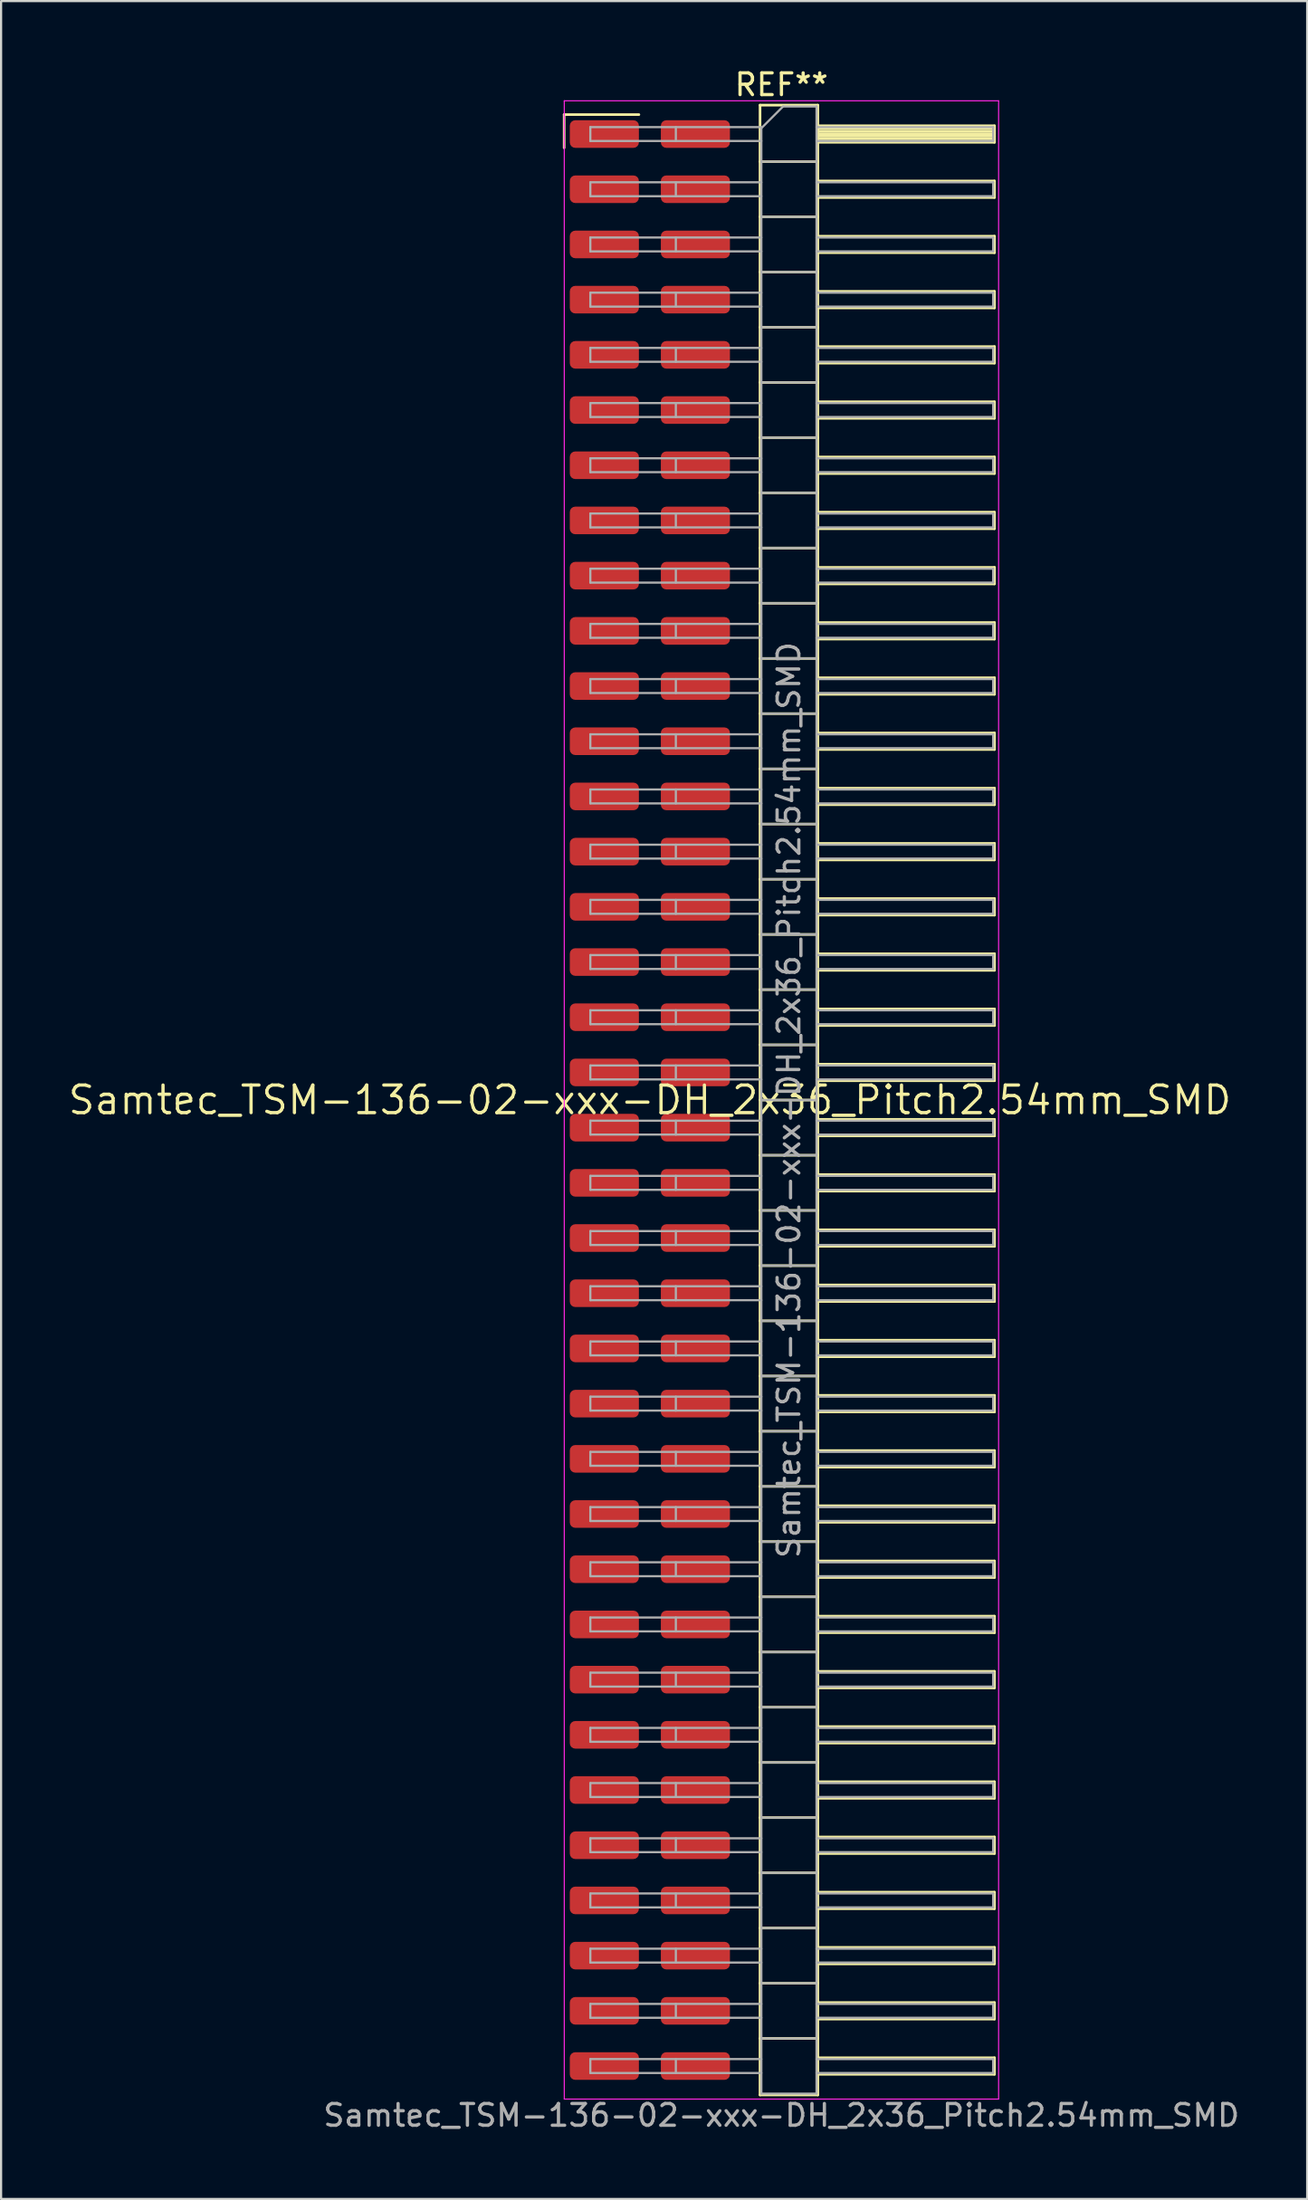
<source format=kicad_pcb>
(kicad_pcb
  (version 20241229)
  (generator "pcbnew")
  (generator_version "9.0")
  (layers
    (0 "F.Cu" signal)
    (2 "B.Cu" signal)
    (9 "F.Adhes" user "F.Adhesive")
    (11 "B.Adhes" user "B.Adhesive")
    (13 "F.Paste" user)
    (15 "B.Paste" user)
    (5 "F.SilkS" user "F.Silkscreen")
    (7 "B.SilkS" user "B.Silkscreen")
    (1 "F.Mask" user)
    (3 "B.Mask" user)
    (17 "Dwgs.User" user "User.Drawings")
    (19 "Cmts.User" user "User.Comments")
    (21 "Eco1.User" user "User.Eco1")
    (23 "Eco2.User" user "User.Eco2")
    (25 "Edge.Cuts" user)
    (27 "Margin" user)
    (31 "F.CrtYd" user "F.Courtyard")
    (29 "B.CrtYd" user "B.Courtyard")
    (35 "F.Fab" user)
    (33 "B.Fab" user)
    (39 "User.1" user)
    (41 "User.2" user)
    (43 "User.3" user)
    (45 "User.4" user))
  (footprint "Samtec_TSM-136-02-xxx-DH_2x36_Pitch2.54mm_SMD"
    (layer "F.Cu")
    (at 26.859 47.568)
    (property "Reference" "Samtec_TSM-136-02-xxx-DH_2x36_Pitch2.54mm_SMD" (at 0 0 0) (layer "F.SilkS") (effects (font (size 1.27 1.27) (thickness 0.15))))
    (attr smd)
    (fp_line (start -3.945 -45.345) (end -0.505 -45.345) (stroke (width 0.12) (type solid)) (layer "F.SilkS"))
    (fp_line (start -3.945 -43.815) (end -3.945 -45.345) (stroke (width 0.12) (type solid)) (layer "F.SilkS"))
    (fp_line (start 5.07 -45.78) (end 7.73 -45.78) (stroke (width 0.12) (type solid)) (layer "F.SilkS"))
    (fp_line (start 5.07 -43.18) (end 7.73 -43.18) (stroke (width 0.12) (type solid)) (layer "F.SilkS"))
    (fp_line (start 5.07 -40.64) (end 7.73 -40.64) (stroke (width 0.12) (type solid)) (layer "F.SilkS"))
    (fp_line (start 5.07 -38.1) (end 7.73 -38.1) (stroke (width 0.12) (type solid)) (layer "F.SilkS"))
    (fp_line (start 5.07 -35.56) (end 7.73 -35.56) (stroke (width 0.12) (type solid)) (layer "F.SilkS"))
    (fp_line (start 5.07 -33.02) (end 7.73 -33.02) (stroke (width 0.12) (type solid)) (layer "F.SilkS"))
    (fp_line (start 5.07 -30.48) (end 7.73 -30.48) (stroke (width 0.12) (type solid)) (layer "F.SilkS"))
    (fp_line (start 5.07 -27.94) (end 7.73 -27.94) (stroke (width 0.12) (type solid)) (layer "F.SilkS"))
    (fp_line (start 5.07 -25.4) (end 7.73 -25.4) (stroke (width 0.12) (type solid)) (layer "F.SilkS"))
    (fp_line (start 5.07 -22.86) (end 7.73 -22.86) (stroke (width 0.12) (type solid)) (layer "F.SilkS"))
    (fp_line (start 5.07 -20.32) (end 7.73 -20.32) (stroke (width 0.12) (type solid)) (layer "F.SilkS"))
    (fp_line (start 5.07 -17.78) (end 7.73 -17.78) (stroke (width 0.12) (type solid)) (layer "F.SilkS"))
    (fp_line (start 5.07 -15.24) (end 7.73 -15.24) (stroke (width 0.12) (type solid)) (layer "F.SilkS"))
    (fp_line (start 5.07 -12.7) (end 7.73 -12.7) (stroke (width 0.12) (type solid)) (layer "F.SilkS"))
    (fp_line (start 5.07 -10.16) (end 7.73 -10.16) (stroke (width 0.12) (type solid)) (layer "F.SilkS"))
    (fp_line (start 5.07 -7.62) (end 7.73 -7.62) (stroke (width 0.12) (type solid)) (layer "F.SilkS"))
    (fp_line (start 5.07 -5.08) (end 7.73 -5.08) (stroke (width 0.12) (type solid)) (layer "F.SilkS"))
    (fp_line (start 5.07 -2.54) (end 7.73 -2.54) (stroke (width 0.12) (type solid)) (layer "F.SilkS"))
    (fp_line (start 5.07 0) (end 7.73 0) (stroke (width 0.12) (type solid)) (layer "F.SilkS"))
    (fp_line (start 5.07 2.54) (end 7.73 2.54) (stroke (width 0.12) (type solid)) (layer "F.SilkS"))
    (fp_line (start 5.07 5.08) (end 7.73 5.08) (stroke (width 0.12) (type solid)) (layer "F.SilkS"))
    (fp_line (start 5.07 7.62) (end 7.73 7.62) (stroke (width 0.12) (type solid)) (layer "F.SilkS"))
    (fp_line (start 5.07 10.16) (end 7.73 10.16) (stroke (width 0.12) (type solid)) (layer "F.SilkS"))
    (fp_line (start 5.07 12.7) (end 7.73 12.7) (stroke (width 0.12) (type solid)) (layer "F.SilkS"))
    (fp_line (start 5.07 15.24) (end 7.73 15.24) (stroke (width 0.12) (type solid)) (layer "F.SilkS"))
    (fp_line (start 5.07 17.78) (end 7.73 17.78) (stroke (width 0.12) (type solid)) (layer "F.SilkS"))
    (fp_line (start 5.07 20.32) (end 7.73 20.32) (stroke (width 0.12) (type solid)) (layer "F.SilkS"))
    (fp_line (start 5.07 22.86) (end 7.73 22.86) (stroke (width 0.12) (type solid)) (layer "F.SilkS"))
    (fp_line (start 5.07 25.4) (end 7.73 25.4) (stroke (width 0.12) (type solid)) (layer "F.SilkS"))
    (fp_line (start 5.07 27.94) (end 7.73 27.94) (stroke (width 0.12) (type solid)) (layer "F.SilkS"))
    (fp_line (start 5.07 30.48) (end 7.73 30.48) (stroke (width 0.12) (type solid)) (layer "F.SilkS"))
    (fp_line (start 5.07 33.02) (end 7.73 33.02) (stroke (width 0.12) (type solid)) (layer "F.SilkS"))
    (fp_line (start 5.07 35.56) (end 7.73 35.56) (stroke (width 0.12) (type solid)) (layer "F.SilkS"))
    (fp_line (start 5.07 38.1) (end 7.73 38.1) (stroke (width 0.12) (type solid)) (layer "F.SilkS"))
    (fp_line (start 5.07 40.64) (end 7.73 40.64) (stroke (width 0.12) (type solid)) (layer "F.SilkS"))
    (fp_line (start 5.07 43.18) (end 7.73 43.18) (stroke (width 0.12) (type solid)) (layer "F.SilkS"))
    (fp_line (start 5.07 45.78) (end 5.07 -45.78) (stroke (width 0.12) (type solid)) (layer "F.SilkS"))
    (fp_line (start 7.73 -45.78) (end 7.73 45.78) (stroke (width 0.12) (type solid)) (layer "F.SilkS"))
    (fp_line (start 7.73 -44.83) (end 15.86 -44.83) (stroke (width 0.12) (type solid)) (layer "F.SilkS"))
    (fp_line (start 7.73 -44.71) (end 15.86 -44.71) (stroke (width 0.12) (type solid)) (layer "F.SilkS"))
    (fp_line (start 7.73 -44.59) (end 15.86 -44.59) (stroke (width 0.12) (type solid)) (layer "F.SilkS"))
    (fp_line (start 7.73 -44.47) (end 15.86 -44.47) (stroke (width 0.12) (type solid)) (layer "F.SilkS"))
    (fp_line (start 7.73 -44.35) (end 15.86 -44.35) (stroke (width 0.12) (type solid)) (layer "F.SilkS"))
    (fp_line (start 7.73 -44.23) (end 15.86 -44.23) (stroke (width 0.12) (type solid)) (layer "F.SilkS"))
    (fp_line (start 7.73 -44.11) (end 15.86 -44.11) (stroke (width 0.12) (type solid)) (layer "F.SilkS"))
    (fp_line (start 7.73 -44.07) (end 15.86 -44.07) (stroke (width 0.12) (type solid)) (layer "F.SilkS"))
    (fp_line (start 7.73 -42.29) (end 15.86 -42.29) (stroke (width 0.12) (type solid)) (layer "F.SilkS"))
    (fp_line (start 7.73 -41.53) (end 15.86 -41.53) (stroke (width 0.12) (type solid)) (layer "F.SilkS"))
    (fp_line (start 7.73 -39.75) (end 15.86 -39.75) (stroke (width 0.12) (type solid)) (layer "F.SilkS"))
    (fp_line (start 7.73 -38.99) (end 15.86 -38.99) (stroke (width 0.12) (type solid)) (layer "F.SilkS"))
    (fp_line (start 7.73 -37.21) (end 15.86 -37.21) (stroke (width 0.12) (type solid)) (layer "F.SilkS"))
    (fp_line (start 7.73 -36.45) (end 15.86 -36.45) (stroke (width 0.12) (type solid)) (layer "F.SilkS"))
    (fp_line (start 7.73 -34.67) (end 15.86 -34.67) (stroke (width 0.12) (type solid)) (layer "F.SilkS"))
    (fp_line (start 7.73 -33.91) (end 15.86 -33.91) (stroke (width 0.12) (type solid)) (layer "F.SilkS"))
    (fp_line (start 7.73 -32.13) (end 15.86 -32.13) (stroke (width 0.12) (type solid)) (layer "F.SilkS"))
    (fp_line (start 7.73 -31.37) (end 15.86 -31.37) (stroke (width 0.12) (type solid)) (layer "F.SilkS"))
    (fp_line (start 7.73 -29.59) (end 15.86 -29.59) (stroke (width 0.12) (type solid)) (layer "F.SilkS"))
    (fp_line (start 7.73 -28.83) (end 15.86 -28.83) (stroke (width 0.12) (type solid)) (layer "F.SilkS"))
    (fp_line (start 7.73 -27.05) (end 15.86 -27.05) (stroke (width 0.12) (type solid)) (layer "F.SilkS"))
    (fp_line (start 7.73 -26.29) (end 15.86 -26.29) (stroke (width 0.12) (type solid)) (layer "F.SilkS"))
    (fp_line (start 7.73 -24.51) (end 15.86 -24.51) (stroke (width 0.12) (type solid)) (layer "F.SilkS"))
    (fp_line (start 7.73 -23.75) (end 15.86 -23.75) (stroke (width 0.12) (type solid)) (layer "F.SilkS"))
    (fp_line (start 7.73 -21.97) (end 15.86 -21.97) (stroke (width 0.12) (type solid)) (layer "F.SilkS"))
    (fp_line (start 7.73 -21.21) (end 15.86 -21.21) (stroke (width 0.12) (type solid)) (layer "F.SilkS"))
    (fp_line (start 7.73 -19.43) (end 15.86 -19.43) (stroke (width 0.12) (type solid)) (layer "F.SilkS"))
    (fp_line (start 7.73 -18.67) (end 15.86 -18.67) (stroke (width 0.12) (type solid)) (layer "F.SilkS"))
    (fp_line (start 7.73 -16.89) (end 15.86 -16.89) (stroke (width 0.12) (type solid)) (layer "F.SilkS"))
    (fp_line (start 7.73 -16.13) (end 15.86 -16.13) (stroke (width 0.12) (type solid)) (layer "F.SilkS"))
    (fp_line (start 7.73 -14.35) (end 15.86 -14.35) (stroke (width 0.12) (type solid)) (layer "F.SilkS"))
    (fp_line (start 7.73 -13.59) (end 15.86 -13.59) (stroke (width 0.12) (type solid)) (layer "F.SilkS"))
    (fp_line (start 7.73 -11.81) (end 15.86 -11.81) (stroke (width 0.12) (type solid)) (layer "F.SilkS"))
    (fp_line (start 7.73 -11.05) (end 15.86 -11.05) (stroke (width 0.12) (type solid)) (layer "F.SilkS"))
    (fp_line (start 7.73 -9.27) (end 15.86 -9.27) (stroke (width 0.12) (type solid)) (layer "F.SilkS"))
    (fp_line (start 7.73 -8.51) (end 15.86 -8.51) (stroke (width 0.12) (type solid)) (layer "F.SilkS"))
    (fp_line (start 7.73 -6.73) (end 15.86 -6.73) (stroke (width 0.12) (type solid)) (layer "F.SilkS"))
    (fp_line (start 7.73 -5.97) (end 15.86 -5.97) (stroke (width 0.12) (type solid)) (layer "F.SilkS"))
    (fp_line (start 7.73 -4.19) (end 15.86 -4.19) (stroke (width 0.12) (type solid)) (layer "F.SilkS"))
    (fp_line (start 7.73 -3.43) (end 15.86 -3.43) (stroke (width 0.12) (type solid)) (layer "F.SilkS"))
    (fp_line (start 7.73 -1.65) (end 15.86 -1.65) (stroke (width 0.12) (type solid)) (layer "F.SilkS"))
    (fp_line (start 7.73 -0.89) (end 15.86 -0.89) (stroke (width 0.12) (type solid)) (layer "F.SilkS"))
    (fp_line (start 7.73 0.89) (end 15.86 0.89) (stroke (width 0.12) (type solid)) (layer "F.SilkS"))
    (fp_line (start 7.73 1.65) (end 15.86 1.65) (stroke (width 0.12) (type solid)) (layer "F.SilkS"))
    (fp_line (start 7.73 3.43) (end 15.86 3.43) (stroke (width 0.12) (type solid)) (layer "F.SilkS"))
    (fp_line (start 7.73 4.19) (end 15.86 4.19) (stroke (width 0.12) (type solid)) (layer "F.SilkS"))
    (fp_line (start 7.73 5.97) (end 15.86 5.97) (stroke (width 0.12) (type solid)) (layer "F.SilkS"))
    (fp_line (start 7.73 6.73) (end 15.86 6.73) (stroke (width 0.12) (type solid)) (layer "F.SilkS"))
    (fp_line (start 7.73 8.51) (end 15.86 8.51) (stroke (width 0.12) (type solid)) (layer "F.SilkS"))
    (fp_line (start 7.73 9.27) (end 15.86 9.27) (stroke (width 0.12) (type solid)) (layer "F.SilkS"))
    (fp_line (start 7.73 11.05) (end 15.86 11.05) (stroke (width 0.12) (type solid)) (layer "F.SilkS"))
    (fp_line (start 7.73 11.81) (end 15.86 11.81) (stroke (width 0.12) (type solid)) (layer "F.SilkS"))
    (fp_line (start 7.73 13.59) (end 15.86 13.59) (stroke (width 0.12) (type solid)) (layer "F.SilkS"))
    (fp_line (start 7.73 14.35) (end 15.86 14.35) (stroke (width 0.12) (type solid)) (layer "F.SilkS"))
    (fp_line (start 7.73 16.13) (end 15.86 16.13) (stroke (width 0.12) (type solid)) (layer "F.SilkS"))
    (fp_line (start 7.73 16.89) (end 15.86 16.89) (stroke (width 0.12) (type solid)) (layer "F.SilkS"))
    (fp_line (start 7.73 18.67) (end 15.86 18.67) (stroke (width 0.12) (type solid)) (layer "F.SilkS"))
    (fp_line (start 7.73 19.43) (end 15.86 19.43) (stroke (width 0.12) (type solid)) (layer "F.SilkS"))
    (fp_line (start 7.73 21.21) (end 15.86 21.21) (stroke (width 0.12) (type solid)) (layer "F.SilkS"))
    (fp_line (start 7.73 21.97) (end 15.86 21.97) (stroke (width 0.12) (type solid)) (layer "F.SilkS"))
    (fp_line (start 7.73 23.75) (end 15.86 23.75) (stroke (width 0.12) (type solid)) (layer "F.SilkS"))
    (fp_line (start 7.73 24.51) (end 15.86 24.51) (stroke (width 0.12) (type solid)) (layer "F.SilkS"))
    (fp_line (start 7.73 26.29) (end 15.86 26.29) (stroke (width 0.12) (type solid)) (layer "F.SilkS"))
    (fp_line (start 7.73 27.05) (end 15.86 27.05) (stroke (width 0.12) (type solid)) (layer "F.SilkS"))
    (fp_line (start 7.73 28.83) (end 15.86 28.83) (stroke (width 0.12) (type solid)) (layer "F.SilkS"))
    (fp_line (start 7.73 29.59) (end 15.86 29.59) (stroke (width 0.12) (type solid)) (layer "F.SilkS"))
    (fp_line (start 7.73 31.37) (end 15.86 31.37) (stroke (width 0.12) (type solid)) (layer "F.SilkS"))
    (fp_line (start 7.73 32.13) (end 15.86 32.13) (stroke (width 0.12) (type solid)) (layer "F.SilkS"))
    (fp_line (start 7.73 33.91) (end 15.86 33.91) (stroke (width 0.12) (type solid)) (layer "F.SilkS"))
    (fp_line (start 7.73 34.67) (end 15.86 34.67) (stroke (width 0.12) (type solid)) (layer "F.SilkS"))
    (fp_line (start 7.73 36.45) (end 15.86 36.45) (stroke (width 0.12) (type solid)) (layer "F.SilkS"))
    (fp_line (start 7.73 37.21) (end 15.86 37.21) (stroke (width 0.12) (type solid)) (layer "F.SilkS"))
    (fp_line (start 7.73 38.99) (end 15.86 38.99) (stroke (width 0.12) (type solid)) (layer "F.SilkS"))
    (fp_line (start 7.73 39.75) (end 15.86 39.75) (stroke (width 0.12) (type solid)) (layer "F.SilkS"))
    (fp_line (start 7.73 41.53) (end 15.86 41.53) (stroke (width 0.12) (type solid)) (layer "F.SilkS"))
    (fp_line (start 7.73 42.29) (end 15.86 42.29) (stroke (width 0.12) (type solid)) (layer "F.SilkS"))
    (fp_line (start 7.73 44.07) (end 15.86 44.07) (stroke (width 0.12) (type solid)) (layer "F.SilkS"))
    (fp_line (start 7.73 44.83) (end 15.86 44.83) (stroke (width 0.12) (type solid)) (layer "F.SilkS"))
    (fp_line (start 7.73 45.78) (end 5.07 45.78) (stroke (width 0.12) (type solid)) (layer "F.SilkS"))
    (fp_line (start 15.86 -44.83) (end 15.86 -44.07) (stroke (width 0.12) (type solid)) (layer "F.SilkS"))
    (fp_line (start 15.86 -42.29) (end 15.86 -41.53) (stroke (width 0.12) (type solid)) (layer "F.SilkS"))
    (fp_line (start 15.86 -39.75) (end 15.86 -38.99) (stroke (width 0.12) (type solid)) (layer "F.SilkS"))
    (fp_line (start 15.86 -37.21) (end 15.86 -36.45) (stroke (width 0.12) (type solid)) (layer "F.SilkS"))
    (fp_line (start 15.86 -34.67) (end 15.86 -33.91) (stroke (width 0.12) (type solid)) (layer "F.SilkS"))
    (fp_line (start 15.86 -32.13) (end 15.86 -31.37) (stroke (width 0.12) (type solid)) (layer "F.SilkS"))
    (fp_line (start 15.86 -29.59) (end 15.86 -28.83) (stroke (width 0.12) (type solid)) (layer "F.SilkS"))
    (fp_line (start 15.86 -27.05) (end 15.86 -26.29) (stroke (width 0.12) (type solid)) (layer "F.SilkS"))
    (fp_line (start 15.86 -24.51) (end 15.86 -23.75) (stroke (width 0.12) (type solid)) (layer "F.SilkS"))
    (fp_line (start 15.86 -21.97) (end 15.86 -21.21) (stroke (width 0.12) (type solid)) (layer "F.SilkS"))
    (fp_line (start 15.86 -19.43) (end 15.86 -18.67) (stroke (width 0.12) (type solid)) (layer "F.SilkS"))
    (fp_line (start 15.86 -16.89) (end 15.86 -16.13) (stroke (width 0.12) (type solid)) (layer "F.SilkS"))
    (fp_line (start 15.86 -14.35) (end 15.86 -13.59) (stroke (width 0.12) (type solid)) (layer "F.SilkS"))
    (fp_line (start 15.86 -11.81) (end 15.86 -11.05) (stroke (width 0.12) (type solid)) (layer "F.SilkS"))
    (fp_line (start 15.86 -9.27) (end 15.86 -8.51) (stroke (width 0.12) (type solid)) (layer "F.SilkS"))
    (fp_line (start 15.86 -6.73) (end 15.86 -5.97) (stroke (width 0.12) (type solid)) (layer "F.SilkS"))
    (fp_line (start 15.86 -4.19) (end 15.86 -3.43) (stroke (width 0.12) (type solid)) (layer "F.SilkS"))
    (fp_line (start 15.86 -1.65) (end 15.86 -0.89) (stroke (width 0.12) (type solid)) (layer "F.SilkS"))
    (fp_line (start 15.86 0.89) (end 15.86 1.65) (stroke (width 0.12) (type solid)) (layer "F.SilkS"))
    (fp_line (start 15.86 3.43) (end 15.86 4.19) (stroke (width 0.12) (type solid)) (layer "F.SilkS"))
    (fp_line (start 15.86 5.97) (end 15.86 6.73) (stroke (width 0.12) (type solid)) (layer "F.SilkS"))
    (fp_line (start 15.86 8.51) (end 15.86 9.27) (stroke (width 0.12) (type solid)) (layer "F.SilkS"))
    (fp_line (start 15.86 11.05) (end 15.86 11.81) (stroke (width 0.12) (type solid)) (layer "F.SilkS"))
    (fp_line (start 15.86 13.59) (end 15.86 14.35) (stroke (width 0.12) (type solid)) (layer "F.SilkS"))
    (fp_line (start 15.86 16.13) (end 15.86 16.89) (stroke (width 0.12) (type solid)) (layer "F.SilkS"))
    (fp_line (start 15.86 18.67) (end 15.86 19.43) (stroke (width 0.12) (type solid)) (layer "F.SilkS"))
    (fp_line (start 15.86 21.21) (end 15.86 21.97) (stroke (width 0.12) (type solid)) (layer "F.SilkS"))
    (fp_line (start 15.86 23.75) (end 15.86 24.51) (stroke (width 0.12) (type solid)) (layer "F.SilkS"))
    (fp_line (start 15.86 26.29) (end 15.86 27.05) (stroke (width 0.12) (type solid)) (layer "F.SilkS"))
    (fp_line (start 15.86 28.83) (end 15.86 29.59) (stroke (width 0.12) (type solid)) (layer "F.SilkS"))
    (fp_line (start 15.86 31.37) (end 15.86 32.13) (stroke (width 0.12) (type solid)) (layer "F.SilkS"))
    (fp_line (start 15.86 33.91) (end 15.86 34.67) (stroke (width 0.12) (type solid)) (layer "F.SilkS"))
    (fp_line (start 15.86 36.45) (end 15.86 37.21) (stroke (width 0.12) (type solid)) (layer "F.SilkS"))
    (fp_line (start 15.86 38.99) (end 15.86 39.75) (stroke (width 0.12) (type solid)) (layer "F.SilkS"))
    (fp_line (start 15.86 41.53) (end 15.86 42.29) (stroke (width 0.12) (type solid)) (layer "F.SilkS"))
    (fp_line (start 15.86 44.07) (end 15.86 44.83) (stroke (width 0.12) (type solid)) (layer "F.SilkS"))
    (fp_line (start -3.94 -45.98) (end 16.05 -45.98) (stroke (width 0.05) (type solid)) (layer "F.CrtYd"))
    (fp_line (start -3.94 45.97) (end -3.94 -45.98) (stroke (width 0.05) (type solid)) (layer "F.CrtYd"))
    (fp_line (start 16.05 -45.98) (end 16.05 45.97) (stroke (width 0.05) (type solid)) (layer "F.CrtYd"))
    (fp_line (start 16.05 45.97) (end -3.94 45.97) (stroke (width 0.05) (type solid)) (layer "F.CrtYd"))
    (fp_line (start -2.74 -44.77) (end -2.74 -44.13) (stroke (width 0.1) (type solid)) (layer "F.Fab"))
    (fp_line (start -2.74 -44.77) (end 5.13 -44.77) (stroke (width 0.1) (type solid)) (layer "F.Fab"))
    (fp_line (start -2.74 -44.13) (end 5.13 -44.13) (stroke (width 0.1) (type solid)) (layer "F.Fab"))
    (fp_line (start -2.74 -42.23) (end -2.74 -41.59) (stroke (width 0.1) (type solid)) (layer "F.Fab"))
    (fp_line (start -2.74 -42.23) (end 5.13 -42.23) (stroke (width 0.1) (type solid)) (layer "F.Fab"))
    (fp_line (start -2.74 -41.59) (end 5.13 -41.59) (stroke (width 0.1) (type solid)) (layer "F.Fab"))
    (fp_line (start -2.74 -39.69) (end -2.74 -39.05) (stroke (width 0.1) (type solid)) (layer "F.Fab"))
    (fp_line (start -2.74 -39.69) (end 5.13 -39.69) (stroke (width 0.1) (type solid)) (layer "F.Fab"))
    (fp_line (start -2.74 -39.05) (end 5.13 -39.05) (stroke (width 0.1) (type solid)) (layer "F.Fab"))
    (fp_line (start -2.74 -37.15) (end -2.74 -36.51) (stroke (width 0.1) (type solid)) (layer "F.Fab"))
    (fp_line (start -2.74 -37.15) (end 5.13 -37.15) (stroke (width 0.1) (type solid)) (layer "F.Fab"))
    (fp_line (start -2.74 -36.51) (end 5.13 -36.51) (stroke (width 0.1) (type solid)) (layer "F.Fab"))
    (fp_line (start -2.74 -34.61) (end -2.74 -33.97) (stroke (width 0.1) (type solid)) (layer "F.Fab"))
    (fp_line (start -2.74 -34.61) (end 5.13 -34.61) (stroke (width 0.1) (type solid)) (layer "F.Fab"))
    (fp_line (start -2.74 -33.97) (end 5.13 -33.97) (stroke (width 0.1) (type solid)) (layer "F.Fab"))
    (fp_line (start -2.74 -32.07) (end -2.74 -31.43) (stroke (width 0.1) (type solid)) (layer "F.Fab"))
    (fp_line (start -2.74 -32.07) (end 5.13 -32.07) (stroke (width 0.1) (type solid)) (layer "F.Fab"))
    (fp_line (start -2.74 -31.43) (end 5.13 -31.43) (stroke (width 0.1) (type solid)) (layer "F.Fab"))
    (fp_line (start -2.74 -29.53) (end -2.74 -28.89) (stroke (width 0.1) (type solid)) (layer "F.Fab"))
    (fp_line (start -2.74 -29.53) (end 5.13 -29.53) (stroke (width 0.1) (type solid)) (layer "F.Fab"))
    (fp_line (start -2.74 -28.89) (end 5.13 -28.89) (stroke (width 0.1) (type solid)) (layer "F.Fab"))
    (fp_line (start -2.74 -26.99) (end -2.74 -26.35) (stroke (width 0.1) (type solid)) (layer "F.Fab"))
    (fp_line (start -2.74 -26.99) (end 5.13 -26.99) (stroke (width 0.1) (type solid)) (layer "F.Fab"))
    (fp_line (start -2.74 -26.35) (end 5.13 -26.35) (stroke (width 0.1) (type solid)) (layer "F.Fab"))
    (fp_line (start -2.74 -24.45) (end -2.74 -23.81) (stroke (width 0.1) (type solid)) (layer "F.Fab"))
    (fp_line (start -2.74 -24.45) (end 5.13 -24.45) (stroke (width 0.1) (type solid)) (layer "F.Fab"))
    (fp_line (start -2.74 -23.81) (end 5.13 -23.81) (stroke (width 0.1) (type solid)) (layer "F.Fab"))
    (fp_line (start -2.74 -21.91) (end -2.74 -21.27) (stroke (width 0.1) (type solid)) (layer "F.Fab"))
    (fp_line (start -2.74 -21.91) (end 5.13 -21.91) (stroke (width 0.1) (type solid)) (layer "F.Fab"))
    (fp_line (start -2.74 -21.27) (end 5.13 -21.27) (stroke (width 0.1) (type solid)) (layer "F.Fab"))
    (fp_line (start -2.74 -19.37) (end -2.74 -18.73) (stroke (width 0.1) (type solid)) (layer "F.Fab"))
    (fp_line (start -2.74 -19.37) (end 5.13 -19.37) (stroke (width 0.1) (type solid)) (layer "F.Fab"))
    (fp_line (start -2.74 -18.73) (end 5.13 -18.73) (stroke (width 0.1) (type solid)) (layer "F.Fab"))
    (fp_line (start -2.74 -16.83) (end -2.74 -16.19) (stroke (width 0.1) (type solid)) (layer "F.Fab"))
    (fp_line (start -2.74 -16.83) (end 5.13 -16.83) (stroke (width 0.1) (type solid)) (layer "F.Fab"))
    (fp_line (start -2.74 -16.19) (end 5.13 -16.19) (stroke (width 0.1) (type solid)) (layer "F.Fab"))
    (fp_line (start -2.74 -14.29) (end -2.74 -13.65) (stroke (width 0.1) (type solid)) (layer "F.Fab"))
    (fp_line (start -2.74 -14.29) (end 5.13 -14.29) (stroke (width 0.1) (type solid)) (layer "F.Fab"))
    (fp_line (start -2.74 -13.65) (end 5.13 -13.65) (stroke (width 0.1) (type solid)) (layer "F.Fab"))
    (fp_line (start -2.74 -11.75) (end -2.74 -11.11) (stroke (width 0.1) (type solid)) (layer "F.Fab"))
    (fp_line (start -2.74 -11.75) (end 5.13 -11.75) (stroke (width 0.1) (type solid)) (layer "F.Fab"))
    (fp_line (start -2.74 -11.11) (end 5.13 -11.11) (stroke (width 0.1) (type solid)) (layer "F.Fab"))
    (fp_line (start -2.74 -9.21) (end -2.74 -8.57) (stroke (width 0.1) (type solid)) (layer "F.Fab"))
    (fp_line (start -2.74 -9.21) (end 5.13 -9.21) (stroke (width 0.1) (type solid)) (layer "F.Fab"))
    (fp_line (start -2.74 -8.57) (end 5.13 -8.57) (stroke (width 0.1) (type solid)) (layer "F.Fab"))
    (fp_line (start -2.74 -6.67) (end -2.74 -6.03) (stroke (width 0.1) (type solid)) (layer "F.Fab"))
    (fp_line (start -2.74 -6.67) (end 5.13 -6.67) (stroke (width 0.1) (type solid)) (layer "F.Fab"))
    (fp_line (start -2.74 -6.03) (end 5.13 -6.03) (stroke (width 0.1) (type solid)) (layer "F.Fab"))
    (fp_line (start -2.74 -4.13) (end -2.74 -3.49) (stroke (width 0.1) (type solid)) (layer "F.Fab"))
    (fp_line (start -2.74 -4.13) (end 5.13 -4.13) (stroke (width 0.1) (type solid)) (layer "F.Fab"))
    (fp_line (start -2.74 -3.49) (end 5.13 -3.49) (stroke (width 0.1) (type solid)) (layer "F.Fab"))
    (fp_line (start -2.74 -1.59) (end -2.74 -0.95) (stroke (width 0.1) (type solid)) (layer "F.Fab"))
    (fp_line (start -2.74 -1.59) (end 5.13 -1.59) (stroke (width 0.1) (type solid)) (layer "F.Fab"))
    (fp_line (start -2.74 -0.95) (end 5.13 -0.95) (stroke (width 0.1) (type solid)) (layer "F.Fab"))
    (fp_line (start -2.74 0.95) (end -2.74 1.59) (stroke (width 0.1) (type solid)) (layer "F.Fab"))
    (fp_line (start -2.74 0.95) (end 5.13 0.95) (stroke (width 0.1) (type solid)) (layer "F.Fab"))
    (fp_line (start -2.74 1.59) (end 5.13 1.59) (stroke (width 0.1) (type solid)) (layer "F.Fab"))
    (fp_line (start -2.74 3.49) (end -2.74 4.13) (stroke (width 0.1) (type solid)) (layer "F.Fab"))
    (fp_line (start -2.74 3.49) (end 5.13 3.49) (stroke (width 0.1) (type solid)) (layer "F.Fab"))
    (fp_line (start -2.74 4.13) (end 5.13 4.13) (stroke (width 0.1) (type solid)) (layer "F.Fab"))
    (fp_line (start -2.74 6.03) (end -2.74 6.67) (stroke (width 0.1) (type solid)) (layer "F.Fab"))
    (fp_line (start -2.74 6.03) (end 5.13 6.03) (stroke (width 0.1) (type solid)) (layer "F.Fab"))
    (fp_line (start -2.74 6.67) (end 5.13 6.67) (stroke (width 0.1) (type solid)) (layer "F.Fab"))
    (fp_line (start -2.74 8.57) (end -2.74 9.21) (stroke (width 0.1) (type solid)) (layer "F.Fab"))
    (fp_line (start -2.74 8.57) (end 5.13 8.57) (stroke (width 0.1) (type solid)) (layer "F.Fab"))
    (fp_line (start -2.74 9.21) (end 5.13 9.21) (stroke (width 0.1) (type solid)) (layer "F.Fab"))
    (fp_line (start -2.74 11.11) (end -2.74 11.75) (stroke (width 0.1) (type solid)) (layer "F.Fab"))
    (fp_line (start -2.74 11.11) (end 5.13 11.11) (stroke (width 0.1) (type solid)) (layer "F.Fab"))
    (fp_line (start -2.74 11.75) (end 5.13 11.75) (stroke (width 0.1) (type solid)) (layer "F.Fab"))
    (fp_line (start -2.74 13.65) (end -2.74 14.29) (stroke (width 0.1) (type solid)) (layer "F.Fab"))
    (fp_line (start -2.74 13.65) (end 5.13 13.65) (stroke (width 0.1) (type solid)) (layer "F.Fab"))
    (fp_line (start -2.74 14.29) (end 5.13 14.29) (stroke (width 0.1) (type solid)) (layer "F.Fab"))
    (fp_line (start -2.74 16.19) (end -2.74 16.83) (stroke (width 0.1) (type solid)) (layer "F.Fab"))
    (fp_line (start -2.74 16.19) (end 5.13 16.19) (stroke (width 0.1) (type solid)) (layer "F.Fab"))
    (fp_line (start -2.74 16.83) (end 5.13 16.83) (stroke (width 0.1) (type solid)) (layer "F.Fab"))
    (fp_line (start -2.74 18.73) (end -2.74 19.37) (stroke (width 0.1) (type solid)) (layer "F.Fab"))
    (fp_line (start -2.74 18.73) (end 5.13 18.73) (stroke (width 0.1) (type solid)) (layer "F.Fab"))
    (fp_line (start -2.74 19.37) (end 5.13 19.37) (stroke (width 0.1) (type solid)) (layer "F.Fab"))
    (fp_line (start -2.74 21.27) (end -2.74 21.91) (stroke (width 0.1) (type solid)) (layer "F.Fab"))
    (fp_line (start -2.74 21.27) (end 5.13 21.27) (stroke (width 0.1) (type solid)) (layer "F.Fab"))
    (fp_line (start -2.74 21.91) (end 5.13 21.91) (stroke (width 0.1) (type solid)) (layer "F.Fab"))
    (fp_line (start -2.74 23.81) (end -2.74 24.45) (stroke (width 0.1) (type solid)) (layer "F.Fab"))
    (fp_line (start -2.74 23.81) (end 5.13 23.81) (stroke (width 0.1) (type solid)) (layer "F.Fab"))
    (fp_line (start -2.74 24.45) (end 5.13 24.45) (stroke (width 0.1) (type solid)) (layer "F.Fab"))
    (fp_line (start -2.74 26.35) (end -2.74 26.99) (stroke (width 0.1) (type solid)) (layer "F.Fab"))
    (fp_line (start -2.74 26.35) (end 5.13 26.35) (stroke (width 0.1) (type solid)) (layer "F.Fab"))
    (fp_line (start -2.74 26.99) (end 5.13 26.99) (stroke (width 0.1) (type solid)) (layer "F.Fab"))
    (fp_line (start -2.74 28.89) (end -2.74 29.53) (stroke (width 0.1) (type solid)) (layer "F.Fab"))
    (fp_line (start -2.74 28.89) (end 5.13 28.89) (stroke (width 0.1) (type solid)) (layer "F.Fab"))
    (fp_line (start -2.74 29.53) (end 5.13 29.53) (stroke (width 0.1) (type solid)) (layer "F.Fab"))
    (fp_line (start -2.74 31.43) (end -2.74 32.07) (stroke (width 0.1) (type solid)) (layer "F.Fab"))
    (fp_line (start -2.74 31.43) (end 5.13 31.43) (stroke (width 0.1) (type solid)) (layer "F.Fab"))
    (fp_line (start -2.74 32.07) (end 5.13 32.07) (stroke (width 0.1) (type solid)) (layer "F.Fab"))
    (fp_line (start -2.74 33.97) (end -2.74 34.61) (stroke (width 0.1) (type solid)) (layer "F.Fab"))
    (fp_line (start -2.74 33.97) (end 5.13 33.97) (stroke (width 0.1) (type solid)) (layer "F.Fab"))
    (fp_line (start -2.74 34.61) (end 5.13 34.61) (stroke (width 0.1) (type solid)) (layer "F.Fab"))
    (fp_line (start -2.74 36.51) (end -2.74 37.15) (stroke (width 0.1) (type solid)) (layer "F.Fab"))
    (fp_line (start -2.74 36.51) (end 5.13 36.51) (stroke (width 0.1) (type solid)) (layer "F.Fab"))
    (fp_line (start -2.74 37.15) (end 5.13 37.15) (stroke (width 0.1) (type solid)) (layer "F.Fab"))
    (fp_line (start -2.74 39.05) (end -2.74 39.69) (stroke (width 0.1) (type solid)) (layer "F.Fab"))
    (fp_line (start -2.74 39.05) (end 5.13 39.05) (stroke (width 0.1) (type solid)) (layer "F.Fab"))
    (fp_line (start -2.74 39.69) (end 5.13 39.69) (stroke (width 0.1) (type solid)) (layer "F.Fab"))
    (fp_line (start -2.74 41.59) (end -2.74 42.23) (stroke (width 0.1) (type solid)) (layer "F.Fab"))
    (fp_line (start -2.74 41.59) (end 5.13 41.59) (stroke (width 0.1) (type solid)) (layer "F.Fab"))
    (fp_line (start -2.74 42.23) (end 5.13 42.23) (stroke (width 0.1) (type solid)) (layer "F.Fab"))
    (fp_line (start -2.74 44.13) (end -2.74 44.77) (stroke (width 0.1) (type solid)) (layer "F.Fab"))
    (fp_line (start -2.74 44.13) (end 5.13 44.13) (stroke (width 0.1) (type solid)) (layer "F.Fab"))
    (fp_line (start -2.74 44.77) (end 5.13 44.77) (stroke (width 0.1) (type solid)) (layer "F.Fab"))
    (fp_line (start 1.195 -44.77) (end 1.195 -44.13) (stroke (width 0.1) (type solid)) (layer "F.Fab"))
    (fp_line (start 1.195 -42.23) (end 1.195 -41.59) (stroke (width 0.1) (type solid)) (layer "F.Fab"))
    (fp_line (start 1.195 -39.69) (end 1.195 -39.05) (stroke (width 0.1) (type solid)) (layer "F.Fab"))
    (fp_line (start 1.195 -37.15) (end 1.195 -36.51) (stroke (width 0.1) (type solid)) (layer "F.Fab"))
    (fp_line (start 1.195 -34.61) (end 1.195 -33.97) (stroke (width 0.1) (type solid)) (layer "F.Fab"))
    (fp_line (start 1.195 -32.07) (end 1.195 -31.43) (stroke (width 0.1) (type solid)) (layer "F.Fab"))
    (fp_line (start 1.195 -29.53) (end 1.195 -28.89) (stroke (width 0.1) (type solid)) (layer "F.Fab"))
    (fp_line (start 1.195 -26.99) (end 1.195 -26.35) (stroke (width 0.1) (type solid)) (layer "F.Fab"))
    (fp_line (start 1.195 -24.45) (end 1.195 -23.81) (stroke (width 0.1) (type solid)) (layer "F.Fab"))
    (fp_line (start 1.195 -21.91) (end 1.195 -21.27) (stroke (width 0.1) (type solid)) (layer "F.Fab"))
    (fp_line (start 1.195 -19.37) (end 1.195 -18.73) (stroke (width 0.1) (type solid)) (layer "F.Fab"))
    (fp_line (start 1.195 -16.83) (end 1.195 -16.19) (stroke (width 0.1) (type solid)) (layer "F.Fab"))
    (fp_line (start 1.195 -14.29) (end 1.195 -13.65) (stroke (width 0.1) (type solid)) (layer "F.Fab"))
    (fp_line (start 1.195 -11.75) (end 1.195 -11.11) (stroke (width 0.1) (type solid)) (layer "F.Fab"))
    (fp_line (start 1.195 -9.21) (end 1.195 -8.57) (stroke (width 0.1) (type solid)) (layer "F.Fab"))
    (fp_line (start 1.195 -6.67) (end 1.195 -6.03) (stroke (width 0.1) (type solid)) (layer "F.Fab"))
    (fp_line (start 1.195 -4.13) (end 1.195 -3.49) (stroke (width 0.1) (type solid)) (layer "F.Fab"))
    (fp_line (start 1.195 -1.59) (end 1.195 -0.95) (stroke (width 0.1) (type solid)) (layer "F.Fab"))
    (fp_line (start 1.195 0.95) (end 1.195 1.59) (stroke (width 0.1) (type solid)) (layer "F.Fab"))
    (fp_line (start 1.195 3.49) (end 1.195 4.13) (stroke (width 0.1) (type solid)) (layer "F.Fab"))
    (fp_line (start 1.195 6.03) (end 1.195 6.67) (stroke (width 0.1) (type solid)) (layer "F.Fab"))
    (fp_line (start 1.195 8.57) (end 1.195 9.21) (stroke (width 0.1) (type solid)) (layer "F.Fab"))
    (fp_line (start 1.195 11.11) (end 1.195 11.75) (stroke (width 0.1) (type solid)) (layer "F.Fab"))
    (fp_line (start 1.195 13.65) (end 1.195 14.29) (stroke (width 0.1) (type solid)) (layer "F.Fab"))
    (fp_line (start 1.195 16.19) (end 1.195 16.83) (stroke (width 0.1) (type solid)) (layer "F.Fab"))
    (fp_line (start 1.195 18.73) (end 1.195 19.37) (stroke (width 0.1) (type solid)) (layer "F.Fab"))
    (fp_line (start 1.195 21.27) (end 1.195 21.91) (stroke (width 0.1) (type solid)) (layer "F.Fab"))
    (fp_line (start 1.195 23.81) (end 1.195 24.45) (stroke (width 0.1) (type solid)) (layer "F.Fab"))
    (fp_line (start 1.195 26.35) (end 1.195 26.99) (stroke (width 0.1) (type solid)) (layer "F.Fab"))
    (fp_line (start 1.195 28.89) (end 1.195 29.53) (stroke (width 0.1) (type solid)) (layer "F.Fab"))
    (fp_line (start 1.195 31.43) (end 1.195 32.07) (stroke (width 0.1) (type solid)) (layer "F.Fab"))
    (fp_line (start 1.195 33.97) (end 1.195 34.61) (stroke (width 0.1) (type solid)) (layer "F.Fab"))
    (fp_line (start 1.195 36.51) (end 1.195 37.15) (stroke (width 0.1) (type solid)) (layer "F.Fab"))
    (fp_line (start 1.195 39.05) (end 1.195 39.69) (stroke (width 0.1) (type solid)) (layer "F.Fab"))
    (fp_line (start 1.195 41.59) (end 1.195 42.23) (stroke (width 0.1) (type solid)) (layer "F.Fab"))
    (fp_line (start 1.195 44.13) (end 1.195 44.77) (stroke (width 0.1) (type solid)) (layer "F.Fab"))
    (fp_line (start 5.13 -44.72) (end 6.13 -45.72) (stroke (width 0.1) (type solid)) (layer "F.Fab"))
    (fp_line (start 5.13 -43.18) (end 7.67 -43.18) (stroke (width 0.1) (type solid)) (layer "F.Fab"))
    (fp_line (start 5.13 -40.64) (end 7.67 -40.64) (stroke (width 0.1) (type solid)) (layer "F.Fab"))
    (fp_line (start 5.13 -38.1) (end 7.67 -38.1) (stroke (width 0.1) (type solid)) (layer "F.Fab"))
    (fp_line (start 5.13 -35.56) (end 7.67 -35.56) (stroke (width 0.1) (type solid)) (layer "F.Fab"))
    (fp_line (start 5.13 -33.02) (end 7.67 -33.02) (stroke (width 0.1) (type solid)) (layer "F.Fab"))
    (fp_line (start 5.13 -30.48) (end 7.67 -30.48) (stroke (width 0.1) (type solid)) (layer "F.Fab"))
    (fp_line (start 5.13 -27.94) (end 7.67 -27.94) (stroke (width 0.1) (type solid)) (layer "F.Fab"))
    (fp_line (start 5.13 -25.4) (end 7.67 -25.4) (stroke (width 0.1) (type solid)) (layer "F.Fab"))
    (fp_line (start 5.13 -22.86) (end 7.67 -22.86) (stroke (width 0.1) (type solid)) (layer "F.Fab"))
    (fp_line (start 5.13 -20.32) (end 7.67 -20.32) (stroke (width 0.1) (type solid)) (layer "F.Fab"))
    (fp_line (start 5.13 -17.78) (end 7.67 -17.78) (stroke (width 0.1) (type solid)) (layer "F.Fab"))
    (fp_line (start 5.13 -15.24) (end 7.67 -15.24) (stroke (width 0.1) (type solid)) (layer "F.Fab"))
    (fp_line (start 5.13 -12.7) (end 7.67 -12.7) (stroke (width 0.1) (type solid)) (layer "F.Fab"))
    (fp_line (start 5.13 -10.16) (end 7.67 -10.16) (stroke (width 0.1) (type solid)) (layer "F.Fab"))
    (fp_line (start 5.13 -7.62) (end 7.67 -7.62) (stroke (width 0.1) (type solid)) (layer "F.Fab"))
    (fp_line (start 5.13 -5.08) (end 7.67 -5.08) (stroke (width 0.1) (type solid)) (layer "F.Fab"))
    (fp_line (start 5.13 -2.54) (end 7.67 -2.54) (stroke (width 0.1) (type solid)) (layer "F.Fab"))
    (fp_line (start 5.13 0) (end 7.67 0) (stroke (width 0.1) (type solid)) (layer "F.Fab"))
    (fp_line (start 5.13 2.54) (end 7.67 2.54) (stroke (width 0.1) (type solid)) (layer "F.Fab"))
    (fp_line (start 5.13 5.08) (end 7.67 5.08) (stroke (width 0.1) (type solid)) (layer "F.Fab"))
    (fp_line (start 5.13 7.62) (end 7.67 7.62) (stroke (width 0.1) (type solid)) (layer "F.Fab"))
    (fp_line (start 5.13 10.16) (end 7.67 10.16) (stroke (width 0.1) (type solid)) (layer "F.Fab"))
    (fp_line (start 5.13 12.7) (end 7.67 12.7) (stroke (width 0.1) (type solid)) (layer "F.Fab"))
    (fp_line (start 5.13 15.24) (end 7.67 15.24) (stroke (width 0.1) (type solid)) (layer "F.Fab"))
    (fp_line (start 5.13 17.78) (end 7.67 17.78) (stroke (width 0.1) (type solid)) (layer "F.Fab"))
    (fp_line (start 5.13 20.32) (end 7.67 20.32) (stroke (width 0.1) (type solid)) (layer "F.Fab"))
    (fp_line (start 5.13 22.86) (end 7.67 22.86) (stroke (width 0.1) (type solid)) (layer "F.Fab"))
    (fp_line (start 5.13 25.4) (end 7.67 25.4) (stroke (width 0.1) (type solid)) (layer "F.Fab"))
    (fp_line (start 5.13 27.94) (end 7.67 27.94) (stroke (width 0.1) (type solid)) (layer "F.Fab"))
    (fp_line (start 5.13 30.48) (end 7.67 30.48) (stroke (width 0.1) (type solid)) (layer "F.Fab"))
    (fp_line (start 5.13 33.02) (end 7.67 33.02) (stroke (width 0.1) (type solid)) (layer "F.Fab"))
    (fp_line (start 5.13 35.56) (end 7.67 35.56) (stroke (width 0.1) (type solid)) (layer "F.Fab"))
    (fp_line (start 5.13 38.1) (end 7.67 38.1) (stroke (width 0.1) (type solid)) (layer "F.Fab"))
    (fp_line (start 5.13 40.64) (end 7.67 40.64) (stroke (width 0.1) (type solid)) (layer "F.Fab"))
    (fp_line (start 5.13 43.18) (end 7.67 43.18) (stroke (width 0.1) (type solid)) (layer "F.Fab"))
    (fp_line (start 5.13 45.72) (end 5.13 -44.72) (stroke (width 0.1) (type solid)) (layer "F.Fab"))
    (fp_line (start 6.13 -45.72) (end 7.67 -45.72) (stroke (width 0.1) (type solid)) (layer "F.Fab"))
    (fp_line (start 7.67 -45.72) (end 7.67 45.72) (stroke (width 0.1) (type solid)) (layer "F.Fab"))
    (fp_line (start 7.67 -44.77) (end 15.8 -44.77) (stroke (width 0.1) (type solid)) (layer "F.Fab"))
    (fp_line (start 7.67 -44.13) (end 15.8 -44.13) (stroke (width 0.1) (type solid)) (layer "F.Fab"))
    (fp_line (start 7.67 -42.23) (end 15.8 -42.23) (stroke (width 0.1) (type solid)) (layer "F.Fab"))
    (fp_line (start 7.67 -41.59) (end 15.8 -41.59) (stroke (width 0.1) (type solid)) (layer "F.Fab"))
    (fp_line (start 7.67 -39.69) (end 15.8 -39.69) (stroke (width 0.1) (type solid)) (layer "F.Fab"))
    (fp_line (start 7.67 -39.05) (end 15.8 -39.05) (stroke (width 0.1) (type solid)) (layer "F.Fab"))
    (fp_line (start 7.67 -37.15) (end 15.8 -37.15) (stroke (width 0.1) (type solid)) (layer "F.Fab"))
    (fp_line (start 7.67 -36.51) (end 15.8 -36.51) (stroke (width 0.1) (type solid)) (layer "F.Fab"))
    (fp_line (start 7.67 -34.61) (end 15.8 -34.61) (stroke (width 0.1) (type solid)) (layer "F.Fab"))
    (fp_line (start 7.67 -33.97) (end 15.8 -33.97) (stroke (width 0.1) (type solid)) (layer "F.Fab"))
    (fp_line (start 7.67 -32.07) (end 15.8 -32.07) (stroke (width 0.1) (type solid)) (layer "F.Fab"))
    (fp_line (start 7.67 -31.43) (end 15.8 -31.43) (stroke (width 0.1) (type solid)) (layer "F.Fab"))
    (fp_line (start 7.67 -29.53) (end 15.8 -29.53) (stroke (width 0.1) (type solid)) (layer "F.Fab"))
    (fp_line (start 7.67 -28.89) (end 15.8 -28.89) (stroke (width 0.1) (type solid)) (layer "F.Fab"))
    (fp_line (start 7.67 -26.99) (end 15.8 -26.99) (stroke (width 0.1) (type solid)) (layer "F.Fab"))
    (fp_line (start 7.67 -26.35) (end 15.8 -26.35) (stroke (width 0.1) (type solid)) (layer "F.Fab"))
    (fp_line (start 7.67 -24.45) (end 15.8 -24.45) (stroke (width 0.1) (type solid)) (layer "F.Fab"))
    (fp_line (start 7.67 -23.81) (end 15.8 -23.81) (stroke (width 0.1) (type solid)) (layer "F.Fab"))
    (fp_line (start 7.67 -21.91) (end 15.8 -21.91) (stroke (width 0.1) (type solid)) (layer "F.Fab"))
    (fp_line (start 7.67 -21.27) (end 15.8 -21.27) (stroke (width 0.1) (type solid)) (layer "F.Fab"))
    (fp_line (start 7.67 -19.37) (end 15.8 -19.37) (stroke (width 0.1) (type solid)) (layer "F.Fab"))
    (fp_line (start 7.67 -18.73) (end 15.8 -18.73) (stroke (width 0.1) (type solid)) (layer "F.Fab"))
    (fp_line (start 7.67 -16.83) (end 15.8 -16.83) (stroke (width 0.1) (type solid)) (layer "F.Fab"))
    (fp_line (start 7.67 -16.19) (end 15.8 -16.19) (stroke (width 0.1) (type solid)) (layer "F.Fab"))
    (fp_line (start 7.67 -14.29) (end 15.8 -14.29) (stroke (width 0.1) (type solid)) (layer "F.Fab"))
    (fp_line (start 7.67 -13.65) (end 15.8 -13.65) (stroke (width 0.1) (type solid)) (layer "F.Fab"))
    (fp_line (start 7.67 -11.75) (end 15.8 -11.75) (stroke (width 0.1) (type solid)) (layer "F.Fab"))
    (fp_line (start 7.67 -11.11) (end 15.8 -11.11) (stroke (width 0.1) (type solid)) (layer "F.Fab"))
    (fp_line (start 7.67 -9.21) (end 15.8 -9.21) (stroke (width 0.1) (type solid)) (layer "F.Fab"))
    (fp_line (start 7.67 -8.57) (end 15.8 -8.57) (stroke (width 0.1) (type solid)) (layer "F.Fab"))
    (fp_line (start 7.67 -6.67) (end 15.8 -6.67) (stroke (width 0.1) (type solid)) (layer "F.Fab"))
    (fp_line (start 7.67 -6.03) (end 15.8 -6.03) (stroke (width 0.1) (type solid)) (layer "F.Fab"))
    (fp_line (start 7.67 -4.13) (end 15.8 -4.13) (stroke (width 0.1) (type solid)) (layer "F.Fab"))
    (fp_line (start 7.67 -3.49) (end 15.8 -3.49) (stroke (width 0.1) (type solid)) (layer "F.Fab"))
    (fp_line (start 7.67 -1.59) (end 15.8 -1.59) (stroke (width 0.1) (type solid)) (layer "F.Fab"))
    (fp_line (start 7.67 -0.95) (end 15.8 -0.95) (stroke (width 0.1) (type solid)) (layer "F.Fab"))
    (fp_line (start 7.67 0.95) (end 15.8 0.95) (stroke (width 0.1) (type solid)) (layer "F.Fab"))
    (fp_line (start 7.67 1.59) (end 15.8 1.59) (stroke (width 0.1) (type solid)) (layer "F.Fab"))
    (fp_line (start 7.67 3.49) (end 15.8 3.49) (stroke (width 0.1) (type solid)) (layer "F.Fab"))
    (fp_line (start 7.67 4.13) (end 15.8 4.13) (stroke (width 0.1) (type solid)) (layer "F.Fab"))
    (fp_line (start 7.67 6.03) (end 15.8 6.03) (stroke (width 0.1) (type solid)) (layer "F.Fab"))
    (fp_line (start 7.67 6.67) (end 15.8 6.67) (stroke (width 0.1) (type solid)) (layer "F.Fab"))
    (fp_line (start 7.67 8.57) (end 15.8 8.57) (stroke (width 0.1) (type solid)) (layer "F.Fab"))
    (fp_line (start 7.67 9.21) (end 15.8 9.21) (stroke (width 0.1) (type solid)) (layer "F.Fab"))
    (fp_line (start 7.67 11.11) (end 15.8 11.11) (stroke (width 0.1) (type solid)) (layer "F.Fab"))
    (fp_line (start 7.67 11.75) (end 15.8 11.75) (stroke (width 0.1) (type solid)) (layer "F.Fab"))
    (fp_line (start 7.67 13.65) (end 15.8 13.65) (stroke (width 0.1) (type solid)) (layer "F.Fab"))
    (fp_line (start 7.67 14.29) (end 15.8 14.29) (stroke (width 0.1) (type solid)) (layer "F.Fab"))
    (fp_line (start 7.67 16.19) (end 15.8 16.19) (stroke (width 0.1) (type solid)) (layer "F.Fab"))
    (fp_line (start 7.67 16.83) (end 15.8 16.83) (stroke (width 0.1) (type solid)) (layer "F.Fab"))
    (fp_line (start 7.67 18.73) (end 15.8 18.73) (stroke (width 0.1) (type solid)) (layer "F.Fab"))
    (fp_line (start 7.67 19.37) (end 15.8 19.37) (stroke (width 0.1) (type solid)) (layer "F.Fab"))
    (fp_line (start 7.67 21.27) (end 15.8 21.27) (stroke (width 0.1) (type solid)) (layer "F.Fab"))
    (fp_line (start 7.67 21.91) (end 15.8 21.91) (stroke (width 0.1) (type solid)) (layer "F.Fab"))
    (fp_line (start 7.67 23.81) (end 15.8 23.81) (stroke (width 0.1) (type solid)) (layer "F.Fab"))
    (fp_line (start 7.67 24.45) (end 15.8 24.45) (stroke (width 0.1) (type solid)) (layer "F.Fab"))
    (fp_line (start 7.67 26.35) (end 15.8 26.35) (stroke (width 0.1) (type solid)) (layer "F.Fab"))
    (fp_line (start 7.67 26.99) (end 15.8 26.99) (stroke (width 0.1) (type solid)) (layer "F.Fab"))
    (fp_line (start 7.67 28.89) (end 15.8 28.89) (stroke (width 0.1) (type solid)) (layer "F.Fab"))
    (fp_line (start 7.67 29.53) (end 15.8 29.53) (stroke (width 0.1) (type solid)) (layer "F.Fab"))
    (fp_line (start 7.67 31.43) (end 15.8 31.43) (stroke (width 0.1) (type solid)) (layer "F.Fab"))
    (fp_line (start 7.67 32.07) (end 15.8 32.07) (stroke (width 0.1) (type solid)) (layer "F.Fab"))
    (fp_line (start 7.67 33.97) (end 15.8 33.97) (stroke (width 0.1) (type solid)) (layer "F.Fab"))
    (fp_line (start 7.67 34.61) (end 15.8 34.61) (stroke (width 0.1) (type solid)) (layer "F.Fab"))
    (fp_line (start 7.67 36.51) (end 15.8 36.51) (stroke (width 0.1) (type solid)) (layer "F.Fab"))
    (fp_line (start 7.67 37.15) (end 15.8 37.15) (stroke (width 0.1) (type solid)) (layer "F.Fab"))
    (fp_line (start 7.67 39.05) (end 15.8 39.05) (stroke (width 0.1) (type solid)) (layer "F.Fab"))
    (fp_line (start 7.67 39.69) (end 15.8 39.69) (stroke (width 0.1) (type solid)) (layer "F.Fab"))
    (fp_line (start 7.67 41.59) (end 15.8 41.59) (stroke (width 0.1) (type solid)) (layer "F.Fab"))
    (fp_line (start 7.67 42.23) (end 15.8 42.23) (stroke (width 0.1) (type solid)) (layer "F.Fab"))
    (fp_line (start 7.67 44.13) (end 15.8 44.13) (stroke (width 0.1) (type solid)) (layer "F.Fab"))
    (fp_line (start 7.67 44.77) (end 15.8 44.77) (stroke (width 0.1) (type solid)) (layer "F.Fab"))
    (fp_line (start 7.67 45.72) (end 5.13 45.72) (stroke (width 0.1) (type solid)) (layer "F.Fab"))
    (fp_line (start 15.8 -44.77) (end 15.8 -44.13) (stroke (width 0.1) (type solid)) (layer "F.Fab"))
    (fp_line (start 15.8 -42.23) (end 15.8 -41.59) (stroke (width 0.1) (type solid)) (layer "F.Fab"))
    (fp_line (start 15.8 -39.69) (end 15.8 -39.05) (stroke (width 0.1) (type solid)) (layer "F.Fab"))
    (fp_line (start 15.8 -37.15) (end 15.8 -36.51) (stroke (width 0.1) (type solid)) (layer "F.Fab"))
    (fp_line (start 15.8 -34.61) (end 15.8 -33.97) (stroke (width 0.1) (type solid)) (layer "F.Fab"))
    (fp_line (start 15.8 -32.07) (end 15.8 -31.43) (stroke (width 0.1) (type solid)) (layer "F.Fab"))
    (fp_line (start 15.8 -29.53) (end 15.8 -28.89) (stroke (width 0.1) (type solid)) (layer "F.Fab"))
    (fp_line (start 15.8 -26.99) (end 15.8 -26.35) (stroke (width 0.1) (type solid)) (layer "F.Fab"))
    (fp_line (start 15.8 -24.45) (end 15.8 -23.81) (stroke (width 0.1) (type solid)) (layer "F.Fab"))
    (fp_line (start 15.8 -21.91) (end 15.8 -21.27) (stroke (width 0.1) (type solid)) (layer "F.Fab"))
    (fp_line (start 15.8 -19.37) (end 15.8 -18.73) (stroke (width 0.1) (type solid)) (layer "F.Fab"))
    (fp_line (start 15.8 -16.83) (end 15.8 -16.19) (stroke (width 0.1) (type solid)) (layer "F.Fab"))
    (fp_line (start 15.8 -14.29) (end 15.8 -13.65) (stroke (width 0.1) (type solid)) (layer "F.Fab"))
    (fp_line (start 15.8 -11.75) (end 15.8 -11.11) (stroke (width 0.1) (type solid)) (layer "F.Fab"))
    (fp_line (start 15.8 -9.21) (end 15.8 -8.57) (stroke (width 0.1) (type solid)) (layer "F.Fab"))
    (fp_line (start 15.8 -6.67) (end 15.8 -6.03) (stroke (width 0.1) (type solid)) (layer "F.Fab"))
    (fp_line (start 15.8 -4.13) (end 15.8 -3.49) (stroke (width 0.1) (type solid)) (layer "F.Fab"))
    (fp_line (start 15.8 -1.59) (end 15.8 -0.95) (stroke (width 0.1) (type solid)) (layer "F.Fab"))
    (fp_line (start 15.8 0.95) (end 15.8 1.59) (stroke (width 0.1) (type solid)) (layer "F.Fab"))
    (fp_line (start 15.8 3.49) (end 15.8 4.13) (stroke (width 0.1) (type solid)) (layer "F.Fab"))
    (fp_line (start 15.8 6.03) (end 15.8 6.67) (stroke (width 0.1) (type solid)) (layer "F.Fab"))
    (fp_line (start 15.8 8.57) (end 15.8 9.21) (stroke (width 0.1) (type solid)) (layer "F.Fab"))
    (fp_line (start 15.8 11.11) (end 15.8 11.75) (stroke (width 0.1) (type solid)) (layer "F.Fab"))
    (fp_line (start 15.8 13.65) (end 15.8 14.29) (stroke (width 0.1) (type solid)) (layer "F.Fab"))
    (fp_line (start 15.8 16.19) (end 15.8 16.83) (stroke (width 0.1) (type solid)) (layer "F.Fab"))
    (fp_line (start 15.8 18.73) (end 15.8 19.37) (stroke (width 0.1) (type solid)) (layer "F.Fab"))
    (fp_line (start 15.8 21.27) (end 15.8 21.91) (stroke (width 0.1) (type solid)) (layer "F.Fab"))
    (fp_line (start 15.8 23.81) (end 15.8 24.45) (stroke (width 0.1) (type solid)) (layer "F.Fab"))
    (fp_line (start 15.8 26.35) (end 15.8 26.99) (stroke (width 0.1) (type solid)) (layer "F.Fab"))
    (fp_line (start 15.8 28.89) (end 15.8 29.53) (stroke (width 0.1) (type solid)) (layer "F.Fab"))
    (fp_line (start 15.8 31.43) (end 15.8 32.07) (stroke (width 0.1) (type solid)) (layer "F.Fab"))
    (fp_line (start 15.8 33.97) (end 15.8 34.61) (stroke (width 0.1) (type solid)) (layer "F.Fab"))
    (fp_line (start 15.8 36.51) (end 15.8 37.15) (stroke (width 0.1) (type solid)) (layer "F.Fab"))
    (fp_line (start 15.8 39.05) (end 15.8 39.69) (stroke (width 0.1) (type solid)) (layer "F.Fab"))
    (fp_line (start 15.8 41.59) (end 15.8 42.23) (stroke (width 0.1) (type solid)) (layer "F.Fab"))
    (fp_line (start 15.8 44.13) (end 15.8 44.77) (stroke (width 0.1) (type solid)) (layer "F.Fab"))
    (fp_text user "REF**" (at 6.055 -46.72 0) (layer "F.SilkS") (effects (font (size 1 1) (thickness 0.15))))
    (fp_text user "Samtec_TSM-136-02-xxx-DH_2x36_Pitch2.54mm_SMD" (at 6.055 46.72 0) (layer "F.Fab") (effects (font (size 1 1) (thickness 0.15))))
    (fp_text user "${REFERENCE}" (at 6.4 0 90) (layer "F.Fab") (effects (font (size 1 1) (thickness 0.15))))
    (pad "1" smd roundrect (at -2.095 -44.45) (size 3.18 1.27) (layers "F.Cu" "F.Mask" "F.Paste") (roundrect_rratio 0.197))
    (pad "2" smd roundrect (at 2.095 -44.45) (size 3.18 1.27) (layers "F.Cu" "F.Mask" "F.Paste") (roundrect_rratio 0.197))
    (pad "3" smd roundrect (at -2.095 -41.91) (size 3.18 1.27) (layers "F.Cu" "F.Mask" "F.Paste") (roundrect_rratio 0.197))
    (pad "4" smd roundrect (at 2.095 -41.91) (size 3.18 1.27) (layers "F.Cu" "F.Mask" "F.Paste") (roundrect_rratio 0.197))
    (pad "5" smd roundrect (at -2.095 -39.37) (size 3.18 1.27) (layers "F.Cu" "F.Mask" "F.Paste") (roundrect_rratio 0.197))
    (pad "6" smd roundrect (at 2.095 -39.37) (size 3.18 1.27) (layers "F.Cu" "F.Mask" "F.Paste") (roundrect_rratio 0.197))
    (pad "7" smd roundrect (at -2.095 -36.83) (size 3.18 1.27) (layers "F.Cu" "F.Mask" "F.Paste") (roundrect_rratio 0.197))
    (pad "8" smd roundrect (at 2.095 -36.83) (size 3.18 1.27) (layers "F.Cu" "F.Mask" "F.Paste") (roundrect_rratio 0.197))
    (pad "9" smd roundrect (at -2.095 -34.29) (size 3.18 1.27) (layers "F.Cu" "F.Mask" "F.Paste") (roundrect_rratio 0.197))
    (pad "10" smd roundrect (at 2.095 -34.29) (size 3.18 1.27) (layers "F.Cu" "F.Mask" "F.Paste") (roundrect_rratio 0.197))
    (pad "11" smd roundrect (at -2.095 -31.75) (size 3.18 1.27) (layers "F.Cu" "F.Mask" "F.Paste") (roundrect_rratio 0.197))
    (pad "12" smd roundrect (at 2.095 -31.75) (size 3.18 1.27) (layers "F.Cu" "F.Mask" "F.Paste") (roundrect_rratio 0.197))
    (pad "13" smd roundrect (at -2.095 -29.21) (size 3.18 1.27) (layers "F.Cu" "F.Mask" "F.Paste") (roundrect_rratio 0.197))
    (pad "14" smd roundrect (at 2.095 -29.21) (size 3.18 1.27) (layers "F.Cu" "F.Mask" "F.Paste") (roundrect_rratio 0.197))
    (pad "15" smd roundrect (at -2.095 -26.67) (size 3.18 1.27) (layers "F.Cu" "F.Mask" "F.Paste") (roundrect_rratio 0.197))
    (pad "16" smd roundrect (at 2.095 -26.67) (size 3.18 1.27) (layers "F.Cu" "F.Mask" "F.Paste") (roundrect_rratio 0.197))
    (pad "17" smd roundrect (at -2.095 -24.13) (size 3.18 1.27) (layers "F.Cu" "F.Mask" "F.Paste") (roundrect_rratio 0.197))
    (pad "18" smd roundrect (at 2.095 -24.13) (size 3.18 1.27) (layers "F.Cu" "F.Mask" "F.Paste") (roundrect_rratio 0.197))
    (pad "19" smd roundrect (at -2.095 -21.59) (size 3.18 1.27) (layers "F.Cu" "F.Mask" "F.Paste") (roundrect_rratio 0.197))
    (pad "20" smd roundrect (at 2.095 -21.59) (size 3.18 1.27) (layers "F.Cu" "F.Mask" "F.Paste") (roundrect_rratio 0.197))
    (pad "21" smd roundrect (at -2.095 -19.05) (size 3.18 1.27) (layers "F.Cu" "F.Mask" "F.Paste") (roundrect_rratio 0.197))
    (pad "22" smd roundrect (at 2.095 -19.05) (size 3.18 1.27) (layers "F.Cu" "F.Mask" "F.Paste") (roundrect_rratio 0.197))
    (pad "23" smd roundrect (at -2.095 -16.51) (size 3.18 1.27) (layers "F.Cu" "F.Mask" "F.Paste") (roundrect_rratio 0.197))
    (pad "24" smd roundrect (at 2.095 -16.51) (size 3.18 1.27) (layers "F.Cu" "F.Mask" "F.Paste") (roundrect_rratio 0.197))
    (pad "25" smd roundrect (at -2.095 -13.97) (size 3.18 1.27) (layers "F.Cu" "F.Mask" "F.Paste") (roundrect_rratio 0.197))
    (pad "26" smd roundrect (at 2.095 -13.97) (size 3.18 1.27) (layers "F.Cu" "F.Mask" "F.Paste") (roundrect_rratio 0.197))
    (pad "27" smd roundrect (at -2.095 -11.43) (size 3.18 1.27) (layers "F.Cu" "F.Mask" "F.Paste") (roundrect_rratio 0.197))
    (pad "28" smd roundrect (at 2.095 -11.43) (size 3.18 1.27) (layers "F.Cu" "F.Mask" "F.Paste") (roundrect_rratio 0.197))
    (pad "29" smd roundrect (at -2.095 -8.89) (size 3.18 1.27) (layers "F.Cu" "F.Mask" "F.Paste") (roundrect_rratio 0.197))
    (pad "30" smd roundrect (at 2.095 -8.89) (size 3.18 1.27) (layers "F.Cu" "F.Mask" "F.Paste") (roundrect_rratio 0.197))
    (pad "31" smd roundrect (at -2.095 -6.35) (size 3.18 1.27) (layers "F.Cu" "F.Mask" "F.Paste") (roundrect_rratio 0.197))
    (pad "32" smd roundrect (at 2.095 -6.35) (size 3.18 1.27) (layers "F.Cu" "F.Mask" "F.Paste") (roundrect_rratio 0.197))
    (pad "33" smd roundrect (at -2.095 -3.81) (size 3.18 1.27) (layers "F.Cu" "F.Mask" "F.Paste") (roundrect_rratio 0.197))
    (pad "34" smd roundrect (at 2.095 -3.81) (size 3.18 1.27) (layers "F.Cu" "F.Mask" "F.Paste") (roundrect_rratio 0.197))
    (pad "35" smd roundrect (at -2.095 -1.27) (size 3.18 1.27) (layers "F.Cu" "F.Mask" "F.Paste") (roundrect_rratio 0.197))
    (pad "36" smd roundrect (at 2.095 -1.27) (size 3.18 1.27) (layers "F.Cu" "F.Mask" "F.Paste") (roundrect_rratio 0.197))
    (pad "37" smd roundrect (at -2.095 1.27) (size 3.18 1.27) (layers "F.Cu" "F.Mask" "F.Paste") (roundrect_rratio 0.197))
    (pad "38" smd roundrect (at 2.095 1.27) (size 3.18 1.27) (layers "F.Cu" "F.Mask" "F.Paste") (roundrect_rratio 0.197))
    (pad "39" smd roundrect (at -2.095 3.81) (size 3.18 1.27) (layers "F.Cu" "F.Mask" "F.Paste") (roundrect_rratio 0.197))
    (pad "40" smd roundrect (at 2.095 3.81) (size 3.18 1.27) (layers "F.Cu" "F.Mask" "F.Paste") (roundrect_rratio 0.197))
    (pad "41" smd roundrect (at -2.095 6.35) (size 3.18 1.27) (layers "F.Cu" "F.Mask" "F.Paste") (roundrect_rratio 0.197))
    (pad "42" smd roundrect (at 2.095 6.35) (size 3.18 1.27) (layers "F.Cu" "F.Mask" "F.Paste") (roundrect_rratio 0.197))
    (pad "43" smd roundrect (at -2.095 8.89) (size 3.18 1.27) (layers "F.Cu" "F.Mask" "F.Paste") (roundrect_rratio 0.197))
    (pad "44" smd roundrect (at 2.095 8.89) (size 3.18 1.27) (layers "F.Cu" "F.Mask" "F.Paste") (roundrect_rratio 0.197))
    (pad "45" smd roundrect (at -2.095 11.43) (size 3.18 1.27) (layers "F.Cu" "F.Mask" "F.Paste") (roundrect_rratio 0.197))
    (pad "46" smd roundrect (at 2.095 11.43) (size 3.18 1.27) (layers "F.Cu" "F.Mask" "F.Paste") (roundrect_rratio 0.197))
    (pad "47" smd roundrect (at -2.095 13.97) (size 3.18 1.27) (layers "F.Cu" "F.Mask" "F.Paste") (roundrect_rratio 0.197))
    (pad "48" smd roundrect (at 2.095 13.97) (size 3.18 1.27) (layers "F.Cu" "F.Mask" "F.Paste") (roundrect_rratio 0.197))
    (pad "49" smd roundrect (at -2.095 16.51) (size 3.18 1.27) (layers "F.Cu" "F.Mask" "F.Paste") (roundrect_rratio 0.197))
    (pad "50" smd roundrect (at 2.095 16.51) (size 3.18 1.27) (layers "F.Cu" "F.Mask" "F.Paste") (roundrect_rratio 0.197))
    (pad "51" smd roundrect (at -2.095 19.05) (size 3.18 1.27) (layers "F.Cu" "F.Mask" "F.Paste") (roundrect_rratio 0.197))
    (pad "52" smd roundrect (at 2.095 19.05) (size 3.18 1.27) (layers "F.Cu" "F.Mask" "F.Paste") (roundrect_rratio 0.197))
    (pad "53" smd roundrect (at -2.095 21.59) (size 3.18 1.27) (layers "F.Cu" "F.Mask" "F.Paste") (roundrect_rratio 0.197))
    (pad "54" smd roundrect (at 2.095 21.59) (size 3.18 1.27) (layers "F.Cu" "F.Mask" "F.Paste") (roundrect_rratio 0.197))
    (pad "55" smd roundrect (at -2.095 24.13) (size 3.18 1.27) (layers "F.Cu" "F.Mask" "F.Paste") (roundrect_rratio 0.197))
    (pad "56" smd roundrect (at 2.095 24.13) (size 3.18 1.27) (layers "F.Cu" "F.Mask" "F.Paste") (roundrect_rratio 0.197))
    (pad "57" smd roundrect (at -2.095 26.67) (size 3.18 1.27) (layers "F.Cu" "F.Mask" "F.Paste") (roundrect_rratio 0.197))
    (pad "58" smd roundrect (at 2.095 26.67) (size 3.18 1.27) (layers "F.Cu" "F.Mask" "F.Paste") (roundrect_rratio 0.197))
    (pad "59" smd roundrect (at -2.095 29.21) (size 3.18 1.27) (layers "F.Cu" "F.Mask" "F.Paste") (roundrect_rratio 0.197))
    (pad "60" smd roundrect (at 2.095 29.21) (size 3.18 1.27) (layers "F.Cu" "F.Mask" "F.Paste") (roundrect_rratio 0.197))
    (pad "61" smd roundrect (at -2.095 31.75) (size 3.18 1.27) (layers "F.Cu" "F.Mask" "F.Paste") (roundrect_rratio 0.197))
    (pad "62" smd roundrect (at 2.095 31.75) (size 3.18 1.27) (layers "F.Cu" "F.Mask" "F.Paste") (roundrect_rratio 0.197))
    (pad "63" smd roundrect (at -2.095 34.29) (size 3.18 1.27) (layers "F.Cu" "F.Mask" "F.Paste") (roundrect_rratio 0.197))
    (pad "64" smd roundrect (at 2.095 34.29) (size 3.18 1.27) (layers "F.Cu" "F.Mask" "F.Paste") (roundrect_rratio 0.197))
    (pad "65" smd roundrect (at -2.095 36.83) (size 3.18 1.27) (layers "F.Cu" "F.Mask" "F.Paste") (roundrect_rratio 0.197))
    (pad "66" smd roundrect (at 2.095 36.83) (size 3.18 1.27) (layers "F.Cu" "F.Mask" "F.Paste") (roundrect_rratio 0.197))
    (pad "67" smd roundrect (at -2.095 39.37) (size 3.18 1.27) (layers "F.Cu" "F.Mask" "F.Paste") (roundrect_rratio 0.197))
    (pad "68" smd roundrect (at 2.095 39.37) (size 3.18 1.27) (layers "F.Cu" "F.Mask" "F.Paste") (roundrect_rratio 0.197))
    (pad "69" smd roundrect (at -2.095 41.91) (size 3.18 1.27) (layers "F.Cu" "F.Mask" "F.Paste") (roundrect_rratio 0.197))
    (pad "70" smd roundrect (at 2.095 41.91) (size 3.18 1.27) (layers "F.Cu" "F.Mask" "F.Paste") (roundrect_rratio 0.197))
    (pad "71" smd roundrect (at -2.095 44.45) (size 3.18 1.27) (layers "F.Cu" "F.Mask" "F.Paste") (roundrect_rratio 0.197))
    (pad "72" smd roundrect (at 2.095 44.45) (size 3.18 1.27) (layers "F.Cu" "F.Mask" "F.Paste") (roundrect_rratio 0.197)))
  (gr_rect
    (start -3 -3)
    (end 57.11 98.136)
    (stroke (width 0.1) (type default))
    (fill no)
    (layer "Edge.Cuts")))
</source>
